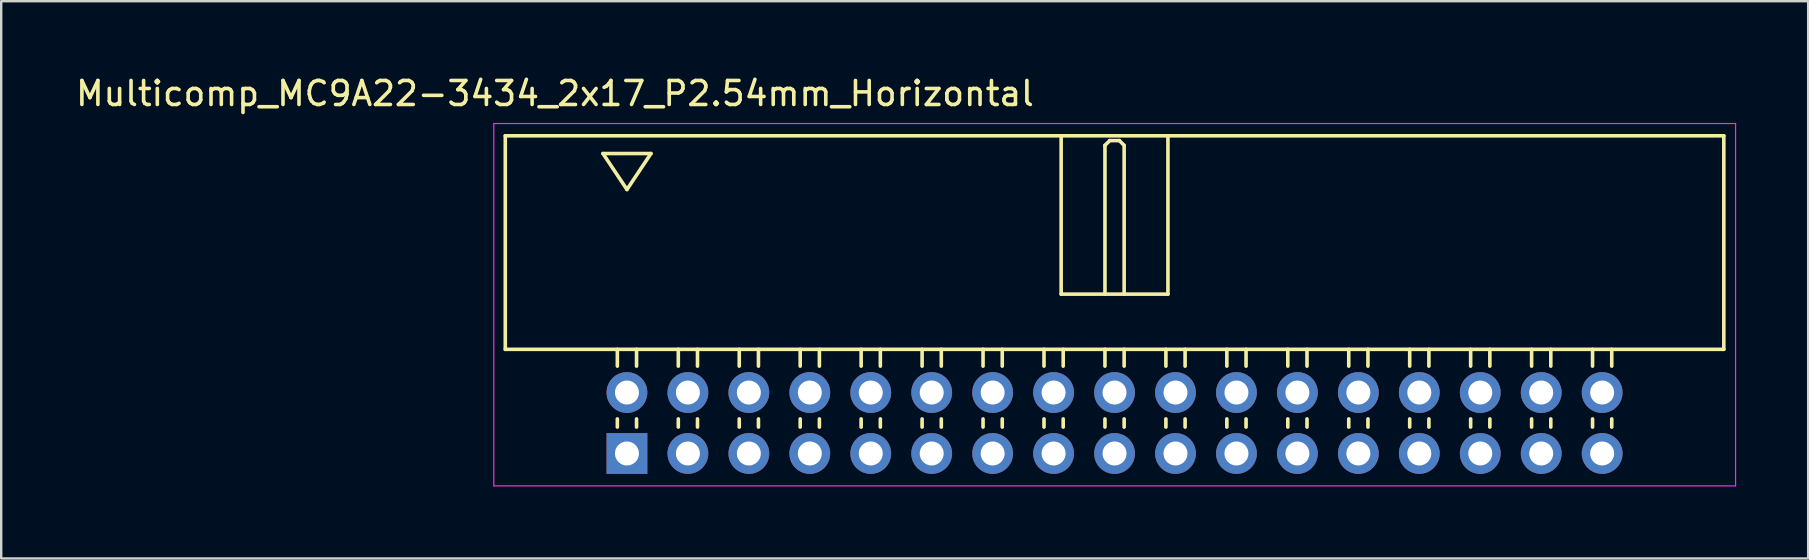
<source format=kicad_pcb>
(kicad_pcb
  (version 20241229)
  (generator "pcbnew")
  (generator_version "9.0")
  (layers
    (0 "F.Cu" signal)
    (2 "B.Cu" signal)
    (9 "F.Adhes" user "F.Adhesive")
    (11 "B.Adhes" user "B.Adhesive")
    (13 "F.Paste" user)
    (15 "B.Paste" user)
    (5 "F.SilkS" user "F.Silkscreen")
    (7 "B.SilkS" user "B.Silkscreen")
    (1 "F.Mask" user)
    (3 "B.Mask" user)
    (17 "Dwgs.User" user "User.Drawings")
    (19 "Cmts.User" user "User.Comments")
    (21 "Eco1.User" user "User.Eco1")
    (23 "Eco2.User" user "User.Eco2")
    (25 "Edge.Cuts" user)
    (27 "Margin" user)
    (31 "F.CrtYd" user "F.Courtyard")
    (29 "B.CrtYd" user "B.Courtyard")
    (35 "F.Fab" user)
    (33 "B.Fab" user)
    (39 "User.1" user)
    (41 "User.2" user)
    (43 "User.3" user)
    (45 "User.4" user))
  (footprint "Multicomp_MC9A22-3434_2x17_P2.54mm_Horizontal"
    (layer "F.Cu")
    (at 23.077 15.848)
    (property "Reference" "Multicomp_MC9A22-3434_2x17_P2.54mm_Horizontal" (at -3 -15 0) (layer "F.SilkS") (effects (font (size 1 1) (thickness 0.15))))
    (attr through_hole)
    (fp_line (start -5.07 -13.24) (end 45.71 -13.24) (stroke (width 0.15) (type solid)) (layer "F.SilkS"))
    (fp_line (start -5.07 -4.34) (end -5.07 -13.24) (stroke (width 0.15) (type solid)) (layer "F.SilkS"))
    (fp_line (start -1 -12.5) (end 1 -12.5) (stroke (width 0.15) (type solid)) (layer "F.SilkS"))
    (fp_line (start -0.4 -3.64) (end -0.4 -4.34) (stroke (width 0.15) (type solid)) (layer "F.SilkS"))
    (fp_line (start -0.4 -1.1) (end -0.4 -1.44) (stroke (width 0.15) (type solid)) (layer "F.SilkS"))
    (fp_line (start 0 -11) (end -1 -12.5) (stroke (width 0.15) (type solid)) (layer "F.SilkS"))
    (fp_line (start 0.4 -3.64) (end 0.4 -4.34) (stroke (width 0.15) (type solid)) (layer "F.SilkS"))
    (fp_line (start 0.4 -1.1) (end 0.4 -1.44) (stroke (width 0.15) (type solid)) (layer "F.SilkS"))
    (fp_line (start 1 -12.5) (end 0 -11) (stroke (width 0.15) (type solid)) (layer "F.SilkS"))
    (fp_line (start 2.14 -3.64) (end 2.14 -4.34) (stroke (width 0.15) (type solid)) (layer "F.SilkS"))
    (fp_line (start 2.14 -1.1) (end 2.14 -1.44) (stroke (width 0.15) (type solid)) (layer "F.SilkS"))
    (fp_line (start 2.94 -3.64) (end 2.94 -4.34) (stroke (width 0.15) (type solid)) (layer "F.SilkS"))
    (fp_line (start 2.94 -1.1) (end 2.94 -1.44) (stroke (width 0.15) (type solid)) (layer "F.SilkS"))
    (fp_line (start 4.68 -3.64) (end 4.68 -4.34) (stroke (width 0.15) (type solid)) (layer "F.SilkS"))
    (fp_line (start 4.68 -1.1) (end 4.68 -1.44) (stroke (width 0.15) (type solid)) (layer "F.SilkS"))
    (fp_line (start 5.48 -3.64) (end 5.48 -4.34) (stroke (width 0.15) (type solid)) (layer "F.SilkS"))
    (fp_line (start 5.48 -1.1) (end 5.48 -1.44) (stroke (width 0.15) (type solid)) (layer "F.SilkS"))
    (fp_line (start 7.22 -3.64) (end 7.22 -4.34) (stroke (width 0.15) (type solid)) (layer "F.SilkS"))
    (fp_line (start 7.22 -1.1) (end 7.22 -1.44) (stroke (width 0.15) (type solid)) (layer "F.SilkS"))
    (fp_line (start 8.02 -3.64) (end 8.02 -4.34) (stroke (width 0.15) (type solid)) (layer "F.SilkS"))
    (fp_line (start 8.02 -1.1) (end 8.02 -1.44) (stroke (width 0.15) (type solid)) (layer "F.SilkS"))
    (fp_line (start 9.76 -3.64) (end 9.76 -4.34) (stroke (width 0.15) (type solid)) (layer "F.SilkS"))
    (fp_line (start 9.76 -1.1) (end 9.76 -1.44) (stroke (width 0.15) (type solid)) (layer "F.SilkS"))
    (fp_line (start 10.56 -3.64) (end 10.56 -4.34) (stroke (width 0.15) (type solid)) (layer "F.SilkS"))
    (fp_line (start 10.56 -1.1) (end 10.56 -1.44) (stroke (width 0.15) (type solid)) (layer "F.SilkS"))
    (fp_line (start 12.3 -3.64) (end 12.3 -4.34) (stroke (width 0.15) (type solid)) (layer "F.SilkS"))
    (fp_line (start 12.3 -1.1) (end 12.3 -1.44) (stroke (width 0.15) (type solid)) (layer "F.SilkS"))
    (fp_line (start 13.1 -3.64) (end 13.1 -4.34) (stroke (width 0.15) (type solid)) (layer "F.SilkS"))
    (fp_line (start 13.1 -1.1) (end 13.1 -1.44) (stroke (width 0.15) (type solid)) (layer "F.SilkS"))
    (fp_line (start 14.84 -3.64) (end 14.84 -4.34) (stroke (width 0.15) (type solid)) (layer "F.SilkS"))
    (fp_line (start 14.84 -1.1) (end 14.84 -1.44) (stroke (width 0.15) (type solid)) (layer "F.SilkS"))
    (fp_line (start 15.64 -3.64) (end 15.64 -4.34) (stroke (width 0.15) (type solid)) (layer "F.SilkS"))
    (fp_line (start 15.64 -1.1) (end 15.64 -1.44) (stroke (width 0.15) (type solid)) (layer "F.SilkS"))
    (fp_line (start 17.38 -3.64) (end 17.38 -4.34) (stroke (width 0.15) (type solid)) (layer "F.SilkS"))
    (fp_line (start 17.38 -1.1) (end 17.38 -1.44) (stroke (width 0.15) (type solid)) (layer "F.SilkS"))
    (fp_line (start 18.095 -13.24) (end 18.095 -6.64) (stroke (width 0.15) (type solid)) (layer "F.SilkS"))
    (fp_line (start 18.095 -6.64) (end 22.545 -6.64) (stroke (width 0.15) (type solid)) (layer "F.SilkS"))
    (fp_line (start 18.18 -3.64) (end 18.18 -4.34) (stroke (width 0.15) (type solid)) (layer "F.SilkS"))
    (fp_line (start 18.18 -1.1) (end 18.18 -1.44) (stroke (width 0.15) (type solid)) (layer "F.SilkS"))
    (fp_line (start 19.92 -12.84) (end 20.12 -13.04) (stroke (width 0.15) (type solid)) (layer "F.SilkS"))
    (fp_line (start 19.92 -6.64) (end 19.92 -12.84) (stroke (width 0.15) (type solid)) (layer "F.SilkS"))
    (fp_line (start 19.92 -3.64) (end 19.92 -4.34) (stroke (width 0.15) (type solid)) (layer "F.SilkS"))
    (fp_line (start 19.92 -1.1) (end 19.92 -1.44) (stroke (width 0.15) (type solid)) (layer "F.SilkS"))
    (fp_line (start 20.12 -13.04) (end 20.52 -13.04) (stroke (width 0.15) (type solid)) (layer "F.SilkS"))
    (fp_line (start 20.52 -13.04) (end 20.72 -12.84) (stroke (width 0.15) (type solid)) (layer "F.SilkS"))
    (fp_line (start 20.72 -12.84) (end 20.72 -6.64) (stroke (width 0.15) (type solid)) (layer "F.SilkS"))
    (fp_line (start 20.72 -3.64) (end 20.72 -4.34) (stroke (width 0.15) (type solid)) (layer "F.SilkS"))
    (fp_line (start 20.72 -1.1) (end 20.72 -1.44) (stroke (width 0.15) (type solid)) (layer "F.SilkS"))
    (fp_line (start 22.46 -3.64) (end 22.46 -4.34) (stroke (width 0.15) (type solid)) (layer "F.SilkS"))
    (fp_line (start 22.46 -1.1) (end 22.46 -1.44) (stroke (width 0.15) (type solid)) (layer "F.SilkS"))
    (fp_line (start 22.545 -6.64) (end 22.545 -13.24) (stroke (width 0.15) (type solid)) (layer "F.SilkS"))
    (fp_line (start 23.26 -3.64) (end 23.26 -4.34) (stroke (width 0.15) (type solid)) (layer "F.SilkS"))
    (fp_line (start 23.26 -1.1) (end 23.26 -1.44) (stroke (width 0.15) (type solid)) (layer "F.SilkS"))
    (fp_line (start 25 -3.64) (end 25 -4.34) (stroke (width 0.15) (type solid)) (layer "F.SilkS"))
    (fp_line (start 25 -1.1) (end 25 -1.44) (stroke (width 0.15) (type solid)) (layer "F.SilkS"))
    (fp_line (start 25.8 -3.64) (end 25.8 -4.34) (stroke (width 0.15) (type solid)) (layer "F.SilkS"))
    (fp_line (start 25.8 -1.1) (end 25.8 -1.44) (stroke (width 0.15) (type solid)) (layer "F.SilkS"))
    (fp_line (start 27.54 -3.64) (end 27.54 -4.34) (stroke (width 0.15) (type solid)) (layer "F.SilkS"))
    (fp_line (start 27.54 -1.1) (end 27.54 -1.44) (stroke (width 0.15) (type solid)) (layer "F.SilkS"))
    (fp_line (start 28.34 -3.64) (end 28.34 -4.34) (stroke (width 0.15) (type solid)) (layer "F.SilkS"))
    (fp_line (start 28.34 -1.1) (end 28.34 -1.44) (stroke (width 0.15) (type solid)) (layer "F.SilkS"))
    (fp_line (start 30.08 -3.64) (end 30.08 -4.34) (stroke (width 0.15) (type solid)) (layer "F.SilkS"))
    (fp_line (start 30.08 -1.1) (end 30.08 -1.44) (stroke (width 0.15) (type solid)) (layer "F.SilkS"))
    (fp_line (start 30.88 -3.64) (end 30.88 -4.34) (stroke (width 0.15) (type solid)) (layer "F.SilkS"))
    (fp_line (start 30.88 -1.1) (end 30.88 -1.44) (stroke (width 0.15) (type solid)) (layer "F.SilkS"))
    (fp_line (start 32.62 -3.64) (end 32.62 -4.34) (stroke (width 0.15) (type solid)) (layer "F.SilkS"))
    (fp_line (start 32.62 -1.1) (end 32.62 -1.44) (stroke (width 0.15) (type solid)) (layer "F.SilkS"))
    (fp_line (start 33.42 -3.64) (end 33.42 -4.34) (stroke (width 0.15) (type solid)) (layer "F.SilkS"))
    (fp_line (start 33.42 -1.1) (end 33.42 -1.44) (stroke (width 0.15) (type solid)) (layer "F.SilkS"))
    (fp_line (start 35.16 -3.64) (end 35.16 -4.34) (stroke (width 0.15) (type solid)) (layer "F.SilkS"))
    (fp_line (start 35.16 -1.1) (end 35.16 -1.44) (stroke (width 0.15) (type solid)) (layer "F.SilkS"))
    (fp_line (start 35.96 -3.64) (end 35.96 -4.34) (stroke (width 0.15) (type solid)) (layer "F.SilkS"))
    (fp_line (start 35.96 -1.1) (end 35.96 -1.44) (stroke (width 0.15) (type solid)) (layer "F.SilkS"))
    (fp_line (start 37.7 -3.64) (end 37.7 -4.34) (stroke (width 0.15) (type solid)) (layer "F.SilkS"))
    (fp_line (start 37.7 -1.1) (end 37.7 -1.44) (stroke (width 0.15) (type solid)) (layer "F.SilkS"))
    (fp_line (start 38.5 -3.64) (end 38.5 -4.34) (stroke (width 0.15) (type solid)) (layer "F.SilkS"))
    (fp_line (start 38.5 -1.1) (end 38.5 -1.44) (stroke (width 0.15) (type solid)) (layer "F.SilkS"))
    (fp_line (start 40.24 -3.64) (end 40.24 -4.34) (stroke (width 0.15) (type solid)) (layer "F.SilkS"))
    (fp_line (start 40.24 -1.1) (end 40.24 -1.44) (stroke (width 0.15) (type solid)) (layer "F.SilkS"))
    (fp_line (start 41.04 -3.64) (end 41.04 -4.34) (stroke (width 0.15) (type solid)) (layer "F.SilkS"))
    (fp_line (start 41.04 -1.1) (end 41.04 -1.44) (stroke (width 0.15) (type solid)) (layer "F.SilkS"))
    (fp_line (start 45.71 -13.24) (end 45.71 -4.34) (stroke (width 0.15) (type solid)) (layer "F.SilkS"))
    (fp_line (start 45.71 -4.34) (end -5.07 -4.34) (stroke (width 0.15) (type solid)) (layer "F.SilkS"))
    (fp_line (start -5.55 -13.75) (end 46.2 -13.75) (stroke (width 0.05) (type solid)) (layer "F.CrtYd"))
    (fp_line (start -5.55 1.35) (end -5.55 -13.75) (stroke (width 0.05) (type solid)) (layer "F.CrtYd"))
    (fp_line (start 46.2 -13.75) (end 46.2 1.35) (stroke (width 0.05) (type solid)) (layer "F.CrtYd"))
    (fp_line (start 46.2 1.35) (end -5.55 1.35) (stroke (width 0.05) (type solid)) (layer "F.CrtYd"))
    (pad "1" thru_hole rect (at 0 0) (size 1.7 1.7) (drill 1) (layers "*.Cu" "*.Mask"))
    (pad "2" thru_hole circle (at 0 -2.54) (size 1.7 1.7) (drill 1) (layers "*.Cu" "*.Mask"))
    (pad "3" thru_hole circle (at 2.54 0) (size 1.7 1.7) (drill 1) (layers "*.Cu" "*.Mask"))
    (pad "4" thru_hole circle (at 2.54 -2.54) (size 1.7 1.7) (drill 1) (layers "*.Cu" "*.Mask"))
    (pad "5" thru_hole circle (at 5.08 0) (size 1.7 1.7) (drill 1) (layers "*.Cu" "*.Mask"))
    (pad "6" thru_hole circle (at 5.08 -2.54) (size 1.7 1.7) (drill 1) (layers "*.Cu" "*.Mask"))
    (pad "7" thru_hole circle (at 7.62 0) (size 1.7 1.7) (drill 1) (layers "*.Cu" "*.Mask"))
    (pad "8" thru_hole circle (at 7.62 -2.54) (size 1.7 1.7) (drill 1) (layers "*.Cu" "*.Mask"))
    (pad "9" thru_hole circle (at 10.16 0) (size 1.7 1.7) (drill 1) (layers "*.Cu" "*.Mask"))
    (pad "10" thru_hole circle (at 10.16 -2.54) (size 1.7 1.7) (drill 1) (layers "*.Cu" "*.Mask"))
    (pad "11" thru_hole circle (at 12.7 0) (size 1.7 1.7) (drill 1) (layers "*.Cu" "*.Mask"))
    (pad "12" thru_hole circle (at 12.7 -2.54) (size 1.7 1.7) (drill 1) (layers "*.Cu" "*.Mask"))
    (pad "13" thru_hole circle (at 15.24 0) (size 1.7 1.7) (drill 1) (layers "*.Cu" "*.Mask"))
    (pad "14" thru_hole circle (at 15.24 -2.54) (size 1.7 1.7) (drill 1) (layers "*.Cu" "*.Mask"))
    (pad "15" thru_hole circle (at 17.78 0) (size 1.7 1.7) (drill 1) (layers "*.Cu" "*.Mask"))
    (pad "16" thru_hole circle (at 17.78 -2.54) (size 1.7 1.7) (drill 1) (layers "*.Cu" "*.Mask"))
    (pad "17" thru_hole circle (at 20.32 0) (size 1.7 1.7) (drill 1) (layers "*.Cu" "*.Mask"))
    (pad "18" thru_hole circle (at 20.32 -2.54) (size 1.7 1.7) (drill 1) (layers "*.Cu" "*.Mask"))
    (pad "19" thru_hole circle (at 22.86 0) (size 1.7 1.7) (drill 1) (layers "*.Cu" "*.Mask"))
    (pad "20" thru_hole circle (at 22.86 -2.54) (size 1.7 1.7) (drill 1) (layers "*.Cu" "*.Mask"))
    (pad "21" thru_hole circle (at 25.4 0) (size 1.7 1.7) (drill 1) (layers "*.Cu" "*.Mask"))
    (pad "22" thru_hole circle (at 25.4 -2.54) (size 1.7 1.7) (drill 1) (layers "*.Cu" "*.Mask"))
    (pad "23" thru_hole circle (at 27.94 0) (size 1.7 1.7) (drill 1) (layers "*.Cu" "*.Mask"))
    (pad "24" thru_hole circle (at 27.94 -2.54) (size 1.7 1.7) (drill 1) (layers "*.Cu" "*.Mask"))
    (pad "25" thru_hole circle (at 30.48 0) (size 1.7 1.7) (drill 1) (layers "*.Cu" "*.Mask"))
    (pad "26" thru_hole circle (at 30.48 -2.54) (size 1.7 1.7) (drill 1) (layers "*.Cu" "*.Mask"))
    (pad "27" thru_hole circle (at 33.02 0) (size 1.7 1.7) (drill 1) (layers "*.Cu" "*.Mask"))
    (pad "28" thru_hole circle (at 33.02 -2.54) (size 1.7 1.7) (drill 1) (layers "*.Cu" "*.Mask"))
    (pad "29" thru_hole circle (at 35.56 0) (size 1.7 1.7) (drill 1) (layers "*.Cu" "*.Mask"))
    (pad "30" thru_hole circle (at 35.56 -2.54) (size 1.7 1.7) (drill 1) (layers "*.Cu" "*.Mask"))
    (pad "31" thru_hole circle (at 38.1 0) (size 1.7 1.7) (drill 1) (layers "*.Cu" "*.Mask"))
    (pad "32" thru_hole circle (at 38.1 -2.54) (size 1.7 1.7) (drill 1) (layers "*.Cu" "*.Mask"))
    (pad "33" thru_hole circle (at 40.64 0) (size 1.7 1.7) (drill 1) (layers "*.Cu" "*.Mask"))
    (pad "34" thru_hole circle (at 40.64 -2.54) (size 1.7 1.7) (drill 1) (layers "*.Cu" "*.Mask")))
  (gr_rect
    (start -3 -3)
    (end 72.302 20.223)
    (stroke (width 0.1) (type default))
    (fill no)
    (layer "Edge.Cuts")))
</source>
